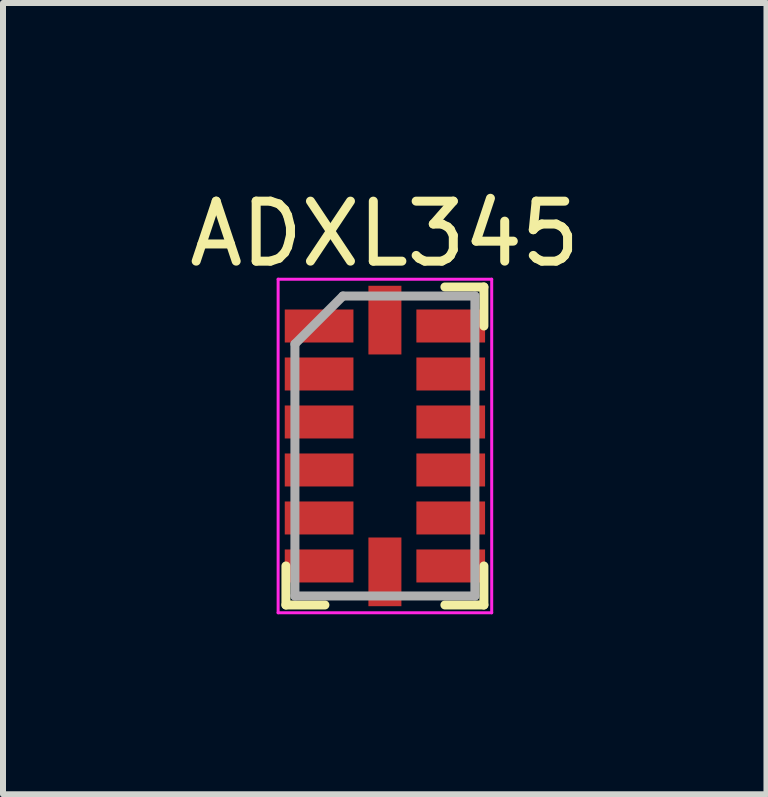
<source format=kicad_pcb>
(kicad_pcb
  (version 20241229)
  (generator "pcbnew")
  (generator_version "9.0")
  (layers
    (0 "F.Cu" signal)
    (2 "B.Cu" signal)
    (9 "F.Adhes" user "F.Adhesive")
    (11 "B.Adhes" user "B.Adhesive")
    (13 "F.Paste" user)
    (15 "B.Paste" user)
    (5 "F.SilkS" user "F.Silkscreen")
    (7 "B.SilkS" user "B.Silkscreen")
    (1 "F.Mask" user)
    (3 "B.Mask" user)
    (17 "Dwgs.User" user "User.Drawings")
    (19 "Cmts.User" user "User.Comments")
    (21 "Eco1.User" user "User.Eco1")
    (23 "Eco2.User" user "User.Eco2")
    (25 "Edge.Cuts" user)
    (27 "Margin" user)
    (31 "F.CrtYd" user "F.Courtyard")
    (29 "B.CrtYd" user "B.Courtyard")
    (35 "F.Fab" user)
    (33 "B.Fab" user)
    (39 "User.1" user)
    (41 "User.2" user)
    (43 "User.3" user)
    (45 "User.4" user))
  (footprint "ADXL345"
    (layer "F.Cu")
    (at 3.366 4.384)
    (property "Reference" "ADXL345" (at -0.003 -3.536 0) (layer "F.SilkS") (effects (font (size 1 1) (thickness 0.15))))
    (attr through_hole)
    (fp_line (start -1.65 2.65) (end -1.65 2) (stroke (width 0.15) (type solid)) (layer "F.SilkS"))
    (fp_line (start -1 2.65) (end -1.65 2.65) (stroke (width 0.15) (type solid)) (layer "F.SilkS"))
    (fp_line (start 1 -2.65) (end 1.65 -2.65) (stroke (width 0.15) (type solid)) (layer "F.SilkS"))
    (fp_line (start 1 2.65) (end 1.65 2.65) (stroke (width 0.15) (type solid)) (layer "F.SilkS"))
    (fp_line (start 1.65 -2.65) (end 1.65 -2) (stroke (width 0.15) (type solid)) (layer "F.SilkS"))
    (fp_line (start 1.65 2.65) (end 1.65 2) (stroke (width 0.15) (type solid)) (layer "F.SilkS"))
    (fp_line (start -1.78 -2.78) (end 1.78 -2.78) (stroke (width 0.05) (type solid)) (layer "F.CrtYd"))
    (fp_line (start -1.78 2.78) (end -1.78 -2.78) (stroke (width 0.05) (type solid)) (layer "F.CrtYd"))
    (fp_line (start -1.78 2.78) (end 1.78 2.78) (stroke (width 0.05) (type solid)) (layer "F.CrtYd"))
    (fp_line (start 1.78 -2.78) (end 1.78 2.78) (stroke (width 0.05) (type solid)) (layer "F.CrtYd"))
    (fp_line (start -1.5 -1.7) (end -1.5 2.5) (stroke (width 0.15) (type solid)) (layer "F.Fab"))
    (fp_line (start -1.5 2.5) (end 1.5 2.5) (stroke (width 0.15) (type solid)) (layer "F.Fab"))
    (fp_line (start -0.7 -2.5) (end -1.5 -1.7) (stroke (width 0.15) (type solid)) (layer "F.Fab"))
    (fp_line (start -0.7 -2.5) (end 1.5 -2.5) (stroke (width 0.15) (type solid)) (layer "F.Fab"))
    (fp_line (start 1.5 -2.5) (end 1.5 2.5) (stroke (width 0.15) (type solid)) (layer "F.Fab"))
    (pad "1" smd rect (at -1.097 -2) (size 1.145 0.55) (layers "F.Cu" "F.Mask" "F.Paste"))
    (pad "2" smd rect (at -1.097 -1.2) (size 1.145 0.55) (layers "F.Cu" "F.Mask" "F.Paste"))
    (pad "3" smd rect (at -1.097 -0.4) (size 1.145 0.55) (layers "F.Cu" "F.Mask" "F.Paste"))
    (pad "4" smd rect (at -1.097 0.4) (size 1.145 0.55) (layers "F.Cu" "F.Mask" "F.Paste"))
    (pad "5" smd rect (at -1.097 1.2) (size 1.145 0.55) (layers "F.Cu" "F.Mask" "F.Paste"))
    (pad "6" smd rect (at -1.097 2) (size 1.145 0.55) (layers "F.Cu" "F.Mask" "F.Paste"))
    (pad "7" smd rect (at 0 2.098) (size 0.55 1.145) (layers "F.Cu" "F.Mask" "F.Paste"))
    (pad "8" smd rect (at 1.097 2) (size 1.145 0.55) (layers "F.Cu" "F.Mask" "F.Paste"))
    (pad "9" smd rect (at 1.097 1.2) (size 1.145 0.55) (layers "F.Cu" "F.Mask" "F.Paste"))
    (pad "10" smd rect (at 1.097 0.4) (size 1.145 0.55) (layers "F.Cu" "F.Mask" "F.Paste"))
    (pad "11" smd rect (at 1.097 -0.4) (size 1.145 0.55) (layers "F.Cu" "F.Mask" "F.Paste"))
    (pad "12" smd rect (at 1.097 -1.2) (size 1.145 0.55) (layers "F.Cu" "F.Mask" "F.Paste"))
    (pad "13" smd rect (at 1.097 -2) (size 1.145 0.55) (layers "F.Cu" "F.Mask" "F.Paste"))
    (pad "14" smd rect (at 0 -2.098) (size 0.55 1.145) (layers "F.Cu" "F.Mask" "F.Paste")))
  (gr_rect
    (start -3 -3)
    (end 9.726 10.189)
    (stroke (width 0.1) (type default))
    (fill no)
    (layer "Edge.Cuts")))
</source>
